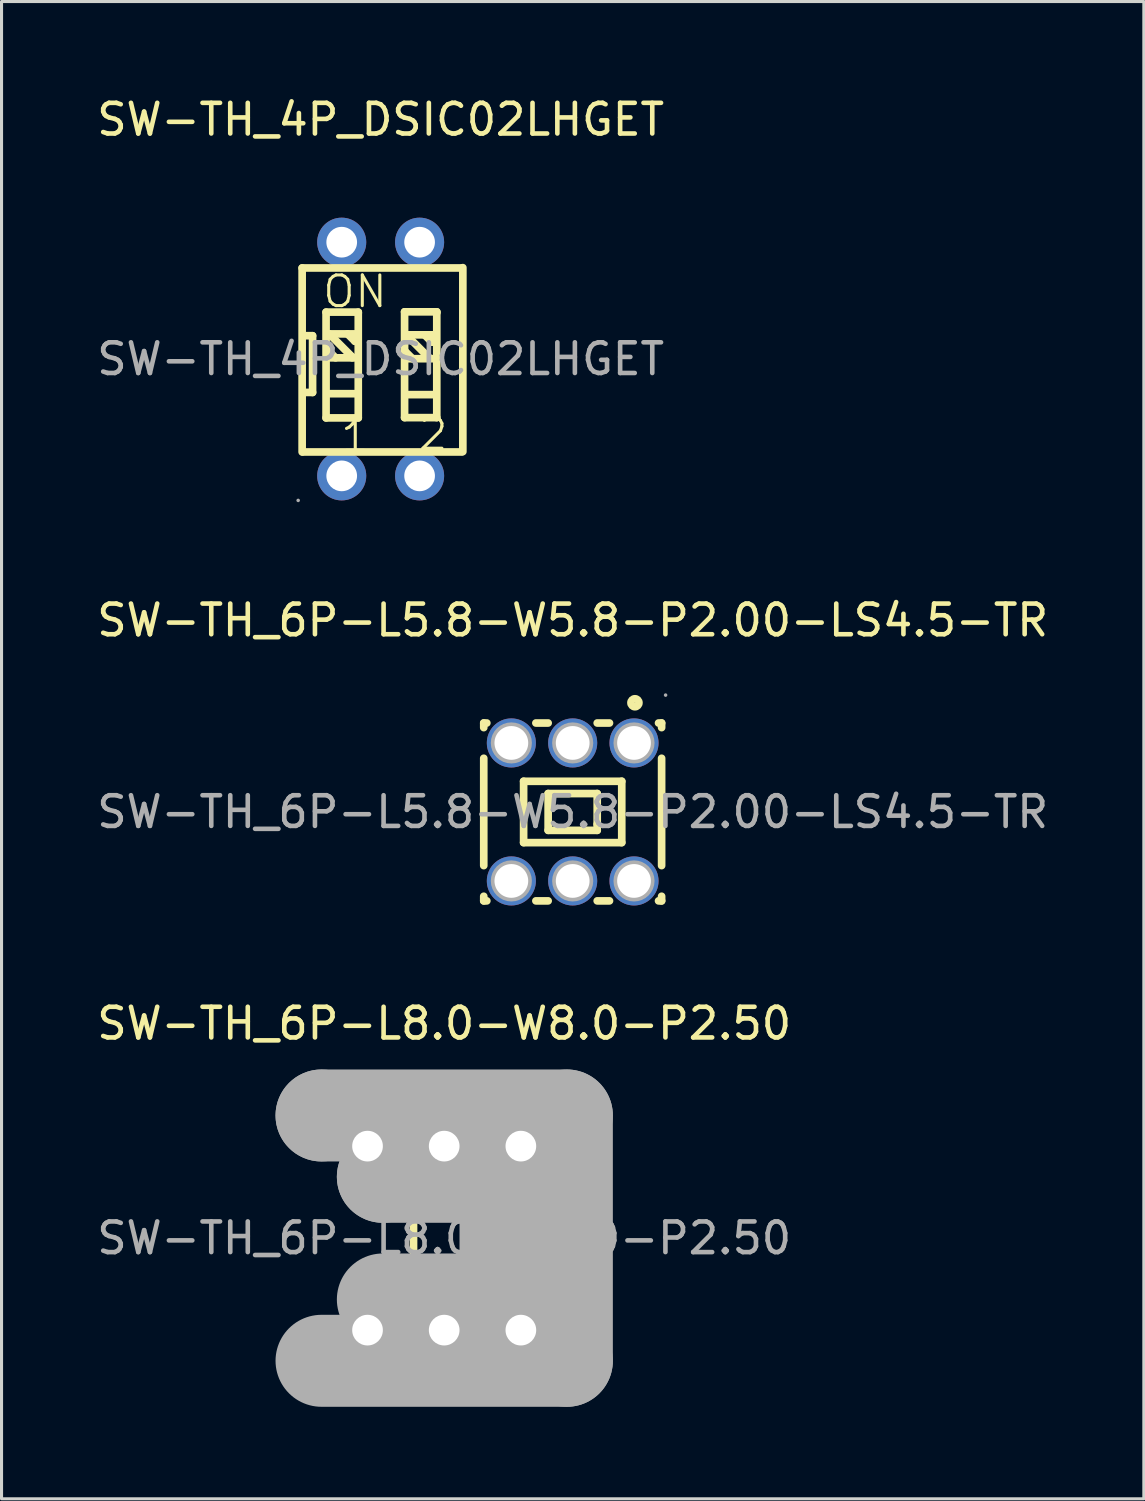
<source format=kicad_pcb>
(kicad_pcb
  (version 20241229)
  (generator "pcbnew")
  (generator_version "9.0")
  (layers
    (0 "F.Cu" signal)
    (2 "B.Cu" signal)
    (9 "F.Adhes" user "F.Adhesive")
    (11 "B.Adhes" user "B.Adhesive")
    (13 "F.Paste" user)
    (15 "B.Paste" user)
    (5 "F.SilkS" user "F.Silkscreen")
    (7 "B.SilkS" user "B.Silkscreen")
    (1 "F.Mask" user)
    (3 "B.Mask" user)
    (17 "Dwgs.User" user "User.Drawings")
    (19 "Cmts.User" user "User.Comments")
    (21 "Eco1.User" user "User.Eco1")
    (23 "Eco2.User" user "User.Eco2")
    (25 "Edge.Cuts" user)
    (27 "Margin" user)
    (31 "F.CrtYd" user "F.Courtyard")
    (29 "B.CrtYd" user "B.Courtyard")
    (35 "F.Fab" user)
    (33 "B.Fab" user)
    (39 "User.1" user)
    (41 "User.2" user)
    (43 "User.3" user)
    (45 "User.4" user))
  (footprint "SW-TH_4P_DSIC02LHGET"
    (layer "F.Cu")
    (at 9.363 8.658)
    (property "Reference" "SW-TH_4P_DSIC02LHGET" (at 0 -7.81 0) (layer "F.SilkS") (effects (font (size 1 1) (thickness 0.15))))
    (attr through_hole)
    (fp_line (start -2.56 -2.97) (end -2.56 3.03) (stroke (width 0.25) (type solid)) (layer "F.SilkS"))
    (fp_line (start -2.56 -2.97) (end 2.64 -2.97) (stroke (width 0.25) (type solid)) (layer "F.SilkS"))
    (fp_line (start -2.54 3.03) (end 2.64 3.03) (stroke (width 0.25) (type solid)) (layer "F.SilkS"))
    (fp_line (start -2.52 -0.76) (end -2.22 -0.76) (stroke (width 0.25) (type solid)) (layer "F.SilkS"))
    (fp_line (start -2.22 -0.76) (end -2.22 1.09) (stroke (width 0.25) (type solid)) (layer "F.SilkS"))
    (fp_line (start -2.22 1.09) (end -2.5 1.09) (stroke (width 0.25) (type solid)) (layer "F.SilkS"))
    (fp_line (start -1.78 -1.53) (end -1.78 1.92) (stroke (width 0.25) (type solid)) (layer "F.SilkS"))
    (fp_line (start -1.78 1.92) (end -0.73 1.92) (stroke (width 0.25) (type solid)) (layer "F.SilkS"))
    (fp_line (start -1.68 -0.82) (end -0.93 -0.07) (stroke (width 0.25) (type solid)) (layer "F.SilkS"))
    (fp_line (start -1.67 -0.04) (end -0.8 -0.04) (stroke (width 0.25) (type solid)) (layer "F.SilkS"))
    (fp_line (start -1.65 -0.82) (end -0.78 -0.82) (stroke (width 0.25) (type solid)) (layer "F.SilkS"))
    (fp_line (start -1.65 1.13) (end -0.78 1.13) (stroke (width 0.25) (type solid)) (layer "F.SilkS"))
    (fp_line (start -1.47 -0.04) (end -1.74 -0.31) (stroke (width 0.25) (type solid)) (layer "F.SilkS"))
    (fp_line (start -1.08 -0.82) (end -0.84 -0.58) (stroke (width 0.25) (type solid)) (layer "F.SilkS"))
    (fp_line (start -0.93 -0.07) (end -0.93 -0.04) (stroke (width 0.25) (type solid)) (layer "F.SilkS"))
    (fp_line (start -0.84 -0.58) (end -0.81 -0.58) (stroke (width 0.25) (type solid)) (layer "F.SilkS"))
    (fp_line (start -0.73 -1.53) (end -1.78 -1.53) (stroke (width 0.25) (type solid)) (layer "F.SilkS"))
    (fp_line (start -0.73 -1.5) (end -0.73 -1.53) (stroke (width 0.25) (type solid)) (layer "F.SilkS"))
    (fp_line (start -0.73 1.92) (end -0.73 -1.5) (stroke (width 0.25) (type solid)) (layer "F.SilkS"))
    (fp_line (start 0.78 -1.54) (end 0.78 1.91) (stroke (width 0.25) (type solid)) (layer "F.SilkS"))
    (fp_line (start 0.78 1.91) (end 1.83 1.91) (stroke (width 0.25) (type solid)) (layer "F.SilkS"))
    (fp_line (start 0.83 -0.79) (end 1.58 -0.04) (stroke (width 0.25) (type solid)) (layer "F.SilkS"))
    (fp_line (start 0.84 -0.01) (end 1.71 -0.01) (stroke (width 0.25) (type solid)) (layer "F.SilkS"))
    (fp_line (start 0.86 -0.79) (end 1.73 -0.79) (stroke (width 0.25) (type solid)) (layer "F.SilkS"))
    (fp_line (start 0.86 1.16) (end 1.73 1.16) (stroke (width 0.25) (type solid)) (layer "F.SilkS"))
    (fp_line (start 1.04 -0.01) (end 0.77 -0.28) (stroke (width 0.25) (type solid)) (layer "F.SilkS"))
    (fp_line (start 1.43 -0.79) (end 1.67 -0.55) (stroke (width 0.25) (type solid)) (layer "F.SilkS"))
    (fp_line (start 1.58 -0.04) (end 1.58 -0.01) (stroke (width 0.25) (type solid)) (layer "F.SilkS"))
    (fp_line (start 1.67 -0.55) (end 1.7 -0.55) (stroke (width 0.25) (type solid)) (layer "F.SilkS"))
    (fp_line (start 1.83 -1.54) (end 0.78 -1.54) (stroke (width 0.25) (type solid)) (layer "F.SilkS"))
    (fp_line (start 1.83 -1.51) (end 1.83 -1.54) (stroke (width 0.25) (type solid)) (layer "F.SilkS"))
    (fp_line (start 1.83 1.91) (end 1.83 -1.51) (stroke (width 0.25) (type solid)) (layer "F.SilkS"))
    (fp_line (start 2.68 -2.98) (end 2.68 3.02) (stroke (width 0.25) (type solid)) (layer "F.SilkS"))
    (fp_circle (center -2.69 4.61) (end -2.66 4.61) (stroke (width 0.06) (type solid)) (fill no) (layer "F.Fab"))
    (fp_circle (center -1.27 -3.81) (end -1.07 -3.81) (stroke (width 0.4) (type solid)) (fill no) (layer "F.Fab"))
    (fp_circle (center -1.27 3.81) (end -1.07 3.81) (stroke (width 0.4) (type solid)) (fill no) (layer "F.Fab"))
    (fp_circle (center 1.27 -3.81) (end 1.47 -3.81) (stroke (width 0.4) (type solid)) (fill no) (layer "F.Fab"))
    (fp_circle (center 1.27 3.81) (end 1.47 3.81) (stroke (width 0.4) (type solid)) (fill no) (layer "F.Fab"))
    (fp_text user "1" (at -1.37 2.52 0) (layer "F.SilkS") (effects (font (size 1 1) (thickness 0.1)) (justify left)))
    (fp_text user "2" (at 1.17 2.45 0) (layer "F.SilkS") (effects (font (size 1 1) (thickness 0.1)) (justify left)))
    (fp_text user "ON" (at -1.95 -2.2 0) (layer "F.SilkS") (effects (font (size 1 1) (thickness 0.1)) (justify left)))
    (fp_text user "${REFERENCE}" (at 0 0 0) (layer "F.Fab") (effects (font (size 1 1) (thickness 0.15))))
    (pad "1" thru_hole circle (at -1.27 3.81) (size 1.6 1.6) (drill 1) (layers "*.Cu" "*.Paste" "*.Mask"))
    (pad "2" thru_hole circle (at 1.27 3.81) (size 1.6 1.6) (drill 1) (layers "*.Cu" "*.Paste" "*.Mask"))
    (pad "3" thru_hole circle (at 1.27 -3.81) (size 1.6 1.6) (drill 1) (layers "*.Cu" "*.Paste" "*.Mask"))
    (pad "4" thru_hole circle (at -1.27 -3.81) (size 1.6 1.6) (drill 1) (layers "*.Cu" "*.Paste" "*.Mask")))
  (footprint "SW-TH_6P-L5.8-W5.8-P2.00-LS4.5-TR"
    (layer "F.Cu")
    (at 15.625 23.427)
    (property "Reference" "SW-TH_6P-L5.8-W5.8-P2.00-LS4.5-TR" (at 0 -6.25 0) (layer "F.SilkS") (effects (font (size 1 1) (thickness 0.15))))
    (attr through_hole)
    (fp_line (start -2.9 -2.9) (end -2.8 -2.9) (stroke (width 0.25) (type solid)) (layer "F.SilkS"))
    (fp_line (start -2.9 -2.75) (end -2.9 -2.9) (stroke (width 0.25) (type solid)) (layer "F.SilkS"))
    (fp_line (start -2.9 1.75) (end -2.9 -1.75) (stroke (width 0.25) (type solid)) (layer "F.SilkS"))
    (fp_line (start -2.9 2.9) (end -2.9 2.75) (stroke (width 0.25) (type solid)) (layer "F.SilkS"))
    (fp_line (start -2.8 2.9) (end -2.9 2.9) (stroke (width 0.25) (type solid)) (layer "F.SilkS"))
    (fp_line (start -1.6 -1) (end 1.6 -1) (stroke (width 0.25) (type solid)) (layer "F.SilkS"))
    (fp_line (start -1.6 1) (end -1.6 -1) (stroke (width 0.25) (type solid)) (layer "F.SilkS"))
    (fp_line (start -1.2 -2.9) (end -0.8 -2.9) (stroke (width 0.25) (type solid)) (layer "F.SilkS"))
    (fp_line (start -0.8 -0.6) (end 0.8 -0.6) (stroke (width 0.25) (type solid)) (layer "F.SilkS"))
    (fp_line (start -0.8 0.6) (end -0.8 -0.6) (stroke (width 0.25) (type solid)) (layer "F.SilkS"))
    (fp_line (start -0.8 2.9) (end -1.2 2.9) (stroke (width 0.25) (type solid)) (layer "F.SilkS"))
    (fp_line (start 0.8 -2.9) (end 1.2 -2.9) (stroke (width 0.25) (type solid)) (layer "F.SilkS"))
    (fp_line (start 0.8 -0.6) (end 0.8 0.4) (stroke (width 0.25) (type solid)) (layer "F.SilkS"))
    (fp_line (start 0.8 0.4) (end 0.8 0.6) (stroke (width 0.25) (type solid)) (layer "F.SilkS"))
    (fp_line (start 0.8 0.6) (end -0.8 0.6) (stroke (width 0.25) (type solid)) (layer "F.SilkS"))
    (fp_line (start 1.2 2.9) (end 0.8 2.9) (stroke (width 0.25) (type solid)) (layer "F.SilkS"))
    (fp_line (start 1.6 -1) (end 1.6 1) (stroke (width 0.25) (type solid)) (layer "F.SilkS"))
    (fp_line (start 1.6 1) (end -1.6 1) (stroke (width 0.25) (type solid)) (layer "F.SilkS"))
    (fp_line (start 2.8 -2.9) (end 2.9 -2.9) (stroke (width 0.25) (type solid)) (layer "F.SilkS"))
    (fp_line (start 2.9 -2.9) (end 2.9 -2.75) (stroke (width 0.25) (type solid)) (layer "F.SilkS"))
    (fp_line (start 2.9 -1.75) (end 2.9 1.75) (stroke (width 0.25) (type solid)) (layer "F.SilkS"))
    (fp_line (start 2.9 2.75) (end 2.9 2.9) (stroke (width 0.25) (type solid)) (layer "F.SilkS"))
    (fp_line (start 2.9 2.9) (end 2.8 2.9) (stroke (width 0.25) (type solid)) (layer "F.SilkS"))
    (fp_circle (center 2.03 -3.56) (end 2.16 -3.56) (stroke (width 0.25) (type solid)) (fill no) (layer "F.SilkS"))
    (fp_circle (center -2 -2.25) (end -1.78 -2.25) (stroke (width 0.45) (type solid)) (fill no) (layer "F.Fab"))
    (fp_circle (center -2 2.25) (end -1.78 2.25) (stroke (width 0.45) (type solid)) (fill no) (layer "F.Fab"))
    (fp_circle (center 0 -2.25) (end 0.22 -2.25) (stroke (width 0.45) (type solid)) (fill no) (layer "F.Fab"))
    (fp_circle (center 0 2.25) (end 0.22 2.25) (stroke (width 0.45) (type solid)) (fill no) (layer "F.Fab"))
    (fp_circle (center 2 -2.25) (end 2.22 -2.25) (stroke (width 0.45) (type solid)) (fill no) (layer "F.Fab"))
    (fp_circle (center 2 2.25) (end 2.22 2.25) (stroke (width 0.45) (type solid)) (fill no) (layer "F.Fab"))
    (fp_circle (center 3.03 -3.81) (end 3.06 -3.81) (stroke (width 0.06) (type solid)) (fill no) (layer "F.Fab"))
    (fp_text user "${REFERENCE}" (at 0 0 0) (layer "F.Fab") (effects (font (size 1 1) (thickness 0.15))))
    (pad "1" thru_hole circle (at 2 -2.25 180) (size 1.6 1.6) (drill 1.1) (layers "*.Cu" "*.Paste" "*.Mask"))
    (pad "2" thru_hole circle (at 0 -2.25 180) (size 1.6 1.6) (drill 1.1) (layers "*.Cu" "*.Paste" "*.Mask"))
    (pad "3" thru_hole circle (at -2 -2.25 180) (size 1.6 1.6) (drill 1.1) (layers "*.Cu" "*.Paste" "*.Mask"))
    (pad "4" thru_hole circle (at -2 2.25 180) (size 1.6 1.6) (drill 1.1) (layers "*.Cu" "*.Paste" "*.Mask"))
    (pad "5" thru_hole circle (at 0 2.25 180) (size 1.6 1.6) (drill 1.1) (layers "*.Cu" "*.Paste" "*.Mask"))
    (pad "6" thru_hole circle (at 2 2.25 180) (size 1.6 1.6) (drill 1.1) (layers "*.Cu" "*.Paste" "*.Mask")))
  (footprint "SW-TH_6P-L8.0-W8.0-P2.50"
    (layer "F.Cu")
    (at 11.435 37.325)
    (property "Reference" "SW-TH_6P-L8.0-W8.0-P2.50" (at 0 -7 0) (layer "F.SilkS") (effects (font (size 1 1) (thickness 0.15))))
    (attr through_hole)
    (fp_line (start -1 -2) (end -1 2) (stroke (width 0.25) (type solid)) (layer "F.SilkS"))
    (fp_line (start -1 -1.25) (end 1 -1.25) (stroke (width 0.25) (type solid)) (layer "F.SilkS"))
    (fp_line (start -1 1.25) (end 1 1.25) (stroke (width 0.25) (type solid)) (layer "F.SilkS"))
    (fp_line (start 1 -2) (end 1 2) (stroke (width 0.25) (type solid)) (layer "F.SilkS"))
    (fp_line (start -4 -4) (end -4 -4) (stroke (width 3) (type solid)) (layer "F.Fab"))
    (fp_line (start -4 -4) (end 4 -4) (stroke (width 3) (type solid)) (layer "F.Fab"))
    (fp_line (start -2 -2) (end -2 -2) (stroke (width 3) (type solid)) (layer "F.Fab"))
    (fp_line (start -2 -2) (end 2 -2) (stroke (width 3) (type solid)) (layer "F.Fab"))
    (fp_line (start 2 -2) (end 2 2) (stroke (width 3) (type solid)) (layer "F.Fab"))
    (fp_line (start 2 2) (end -2 2) (stroke (width 3) (type solid)) (layer "F.Fab"))
    (fp_line (start 4 -4) (end 4 4) (stroke (width 3) (type solid)) (layer "F.Fab"))
    (fp_line (start 4 4) (end -4 4) (stroke (width 3) (type solid)) (layer "F.Fab"))
    (fp_circle (center -4 4) (end -3.97 4) (stroke (width 0.06) (type solid)) (fill no) (layer "F.Fab"))
    (fp_text user "${REFERENCE}" (at 0 0 0) (layer "F.Fab") (effects (font (size 1 1) (thickness 0.15))))
    (pad "1" thru_hole rect (at -2.5 3) (size 1.52 1.52) (drill 1) (layers "*.Cu" "*.Paste" "*.Mask"))
    (pad "2" thru_hole circle (at 0 3) (size 1.52 1.52) (drill 1) (layers "*.Cu" "*.Paste" "*.Mask"))
    (pad "3" thru_hole circle (at 2.5 3) (size 1.52 1.52) (drill 1) (layers "*.Cu" "*.Paste" "*.Mask"))
    (pad "4" thru_hole circle (at -2.5 -3) (size 1.52 1.52) (drill 1) (layers "*.Cu" "*.Paste" "*.Mask"))
    (pad "5" thru_hole circle (at 0 -3) (size 1.52 1.52) (drill 1) (layers "*.Cu" "*.Paste" "*.Mask"))
    (pad "6" thru_hole circle (at 2.5 -3) (size 1.52 1.52) (drill 1) (layers "*.Cu" "*.Paste" "*.Mask")))
  (gr_rect
    (start -3 -3)
    (end 34.25 45.825)
    (stroke (width 0.1) (type default))
    (fill no)
    (layer "Edge.Cuts")))
</source>
